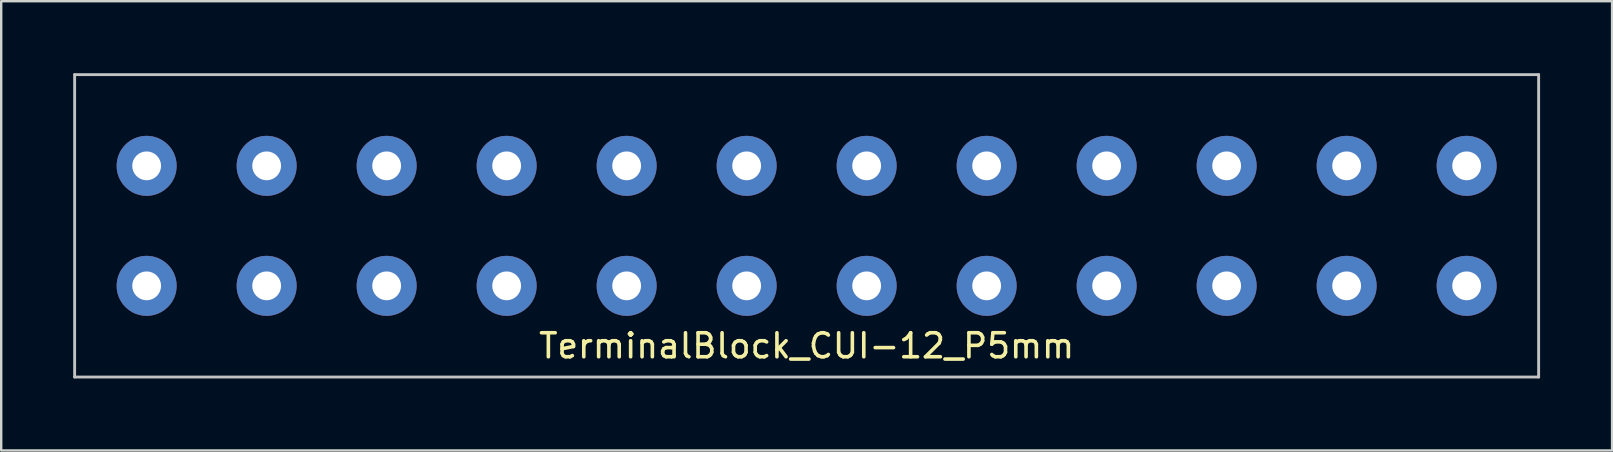
<source format=kicad_pcb>
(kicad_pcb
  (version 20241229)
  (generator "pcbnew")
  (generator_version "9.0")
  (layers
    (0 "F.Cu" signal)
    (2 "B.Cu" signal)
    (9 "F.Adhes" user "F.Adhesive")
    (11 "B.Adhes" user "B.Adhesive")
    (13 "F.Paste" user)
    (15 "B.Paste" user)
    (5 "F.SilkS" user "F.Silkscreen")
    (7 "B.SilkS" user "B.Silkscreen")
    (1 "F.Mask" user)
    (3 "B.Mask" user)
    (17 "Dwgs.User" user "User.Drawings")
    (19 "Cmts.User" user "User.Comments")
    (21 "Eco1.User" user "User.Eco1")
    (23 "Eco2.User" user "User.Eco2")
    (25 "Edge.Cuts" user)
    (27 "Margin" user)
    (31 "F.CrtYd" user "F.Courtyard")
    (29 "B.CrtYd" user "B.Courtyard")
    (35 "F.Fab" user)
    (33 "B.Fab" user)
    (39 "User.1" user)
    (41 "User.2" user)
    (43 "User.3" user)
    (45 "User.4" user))
  (footprint "TerminalBlock_CUI-12_P5mm"
    (layer "F.Cu")
    (at 30.56 6.36)
    (property "Reference" "TerminalBlock_CUI-12_P5mm" (at 0 5 0) (layer "F.SilkS") (effects (font (size 1 1) (thickness 0.15))))
    (attr through_hole)
    (fp_line (start -30.5 -6.3) (end 30.5 -6.3) (stroke (width 0.12) (type solid)) (layer "Dwgs.User"))
    (fp_line (start -30.5 6.3) (end -30.5 -6.3) (stroke (width 0.12) (type solid)) (layer "Dwgs.User"))
    (fp_line (start 30.5 -6.3) (end 30.5 6.3) (stroke (width 0.12) (type solid)) (layer "Dwgs.User"))
    (fp_line (start 30.5 6.3) (end -30.5 6.3) (stroke (width 0.12) (type solid)) (layer "Dwgs.User"))
    (pad "1" thru_hole circle (at -27.5 -2.5) (size 2.5 2.5) (drill 1.2) (layers "*.Cu" "*.Mask"))
    (pad "1" thru_hole circle (at -27.5 2.5) (size 2.5 2.5) (drill 1.2) (layers "*.Cu" "*.Mask"))
    (pad "2" thru_hole circle (at -22.5 -2.5) (size 2.5 2.5) (drill 1.2) (layers "*.Cu" "*.Mask"))
    (pad "2" thru_hole circle (at -22.5 2.5) (size 2.5 2.5) (drill 1.2) (layers "*.Cu" "*.Mask"))
    (pad "3" thru_hole circle (at -17.5 -2.5) (size 2.5 2.5) (drill 1.2) (layers "*.Cu" "*.Mask"))
    (pad "3" thru_hole circle (at -17.5 2.5) (size 2.5 2.5) (drill 1.2) (layers "*.Cu" "*.Mask"))
    (pad "4" thru_hole circle (at -12.5 -2.5) (size 2.5 2.5) (drill 1.2) (layers "*.Cu" "*.Mask"))
    (pad "4" thru_hole circle (at -12.5 2.5) (size 2.5 2.5) (drill 1.2) (layers "*.Cu" "*.Mask"))
    (pad "5" thru_hole circle (at -7.5 -2.5) (size 2.5 2.5) (drill 1.2) (layers "*.Cu" "*.Mask"))
    (pad "5" thru_hole circle (at -7.5 2.5) (size 2.5 2.5) (drill 1.2) (layers "*.Cu" "*.Mask"))
    (pad "6" thru_hole circle (at -2.5 -2.5) (size 2.5 2.5) (drill 1.2) (layers "*.Cu" "*.Mask"))
    (pad "6" thru_hole circle (at -2.5 2.5) (size 2.5 2.5) (drill 1.2) (layers "*.Cu" "*.Mask"))
    (pad "7" thru_hole circle (at 2.5 -2.5) (size 2.5 2.5) (drill 1.2) (layers "*.Cu" "*.Mask"))
    (pad "7" thru_hole circle (at 2.5 2.5) (size 2.5 2.5) (drill 1.2) (layers "*.Cu" "*.Mask"))
    (pad "8" thru_hole circle (at 7.5 -2.5) (size 2.5 2.5) (drill 1.2) (layers "*.Cu" "*.Mask"))
    (pad "8" thru_hole circle (at 7.5 2.5) (size 2.5 2.5) (drill 1.2) (layers "*.Cu" "*.Mask"))
    (pad "9" thru_hole circle (at 12.5 -2.5) (size 2.5 2.5) (drill 1.2) (layers "*.Cu" "*.Mask"))
    (pad "9" thru_hole circle (at 12.5 2.5) (size 2.5 2.5) (drill 1.2) (layers "*.Cu" "*.Mask"))
    (pad "10" thru_hole circle (at 17.5 -2.5) (size 2.5 2.5) (drill 1.2) (layers "*.Cu" "*.Mask"))
    (pad "10" thru_hole circle (at 17.5 2.5) (size 2.5 2.5) (drill 1.2) (layers "*.Cu" "*.Mask"))
    (pad "11" thru_hole circle (at 22.5 -2.5) (size 2.5 2.5) (drill 1.2) (layers "*.Cu" "*.Mask"))
    (pad "11" thru_hole circle (at 22.5 2.5) (size 2.5 2.5) (drill 1.2) (layers "*.Cu" "*.Mask"))
    (pad "12" thru_hole circle (at 27.5 -2.5) (size 2.5 2.5) (drill 1.2) (layers "*.Cu" "*.Mask"))
    (pad "12" thru_hole circle (at 27.5 2.5) (size 2.5 2.5) (drill 1.2) (layers "*.Cu" "*.Mask")))
  (gr_rect
    (start -3 -3)
    (end 64.12 15.72)
    (stroke (width 0.1) (type default))
    (fill no)
    (layer "Edge.Cuts")))
</source>
